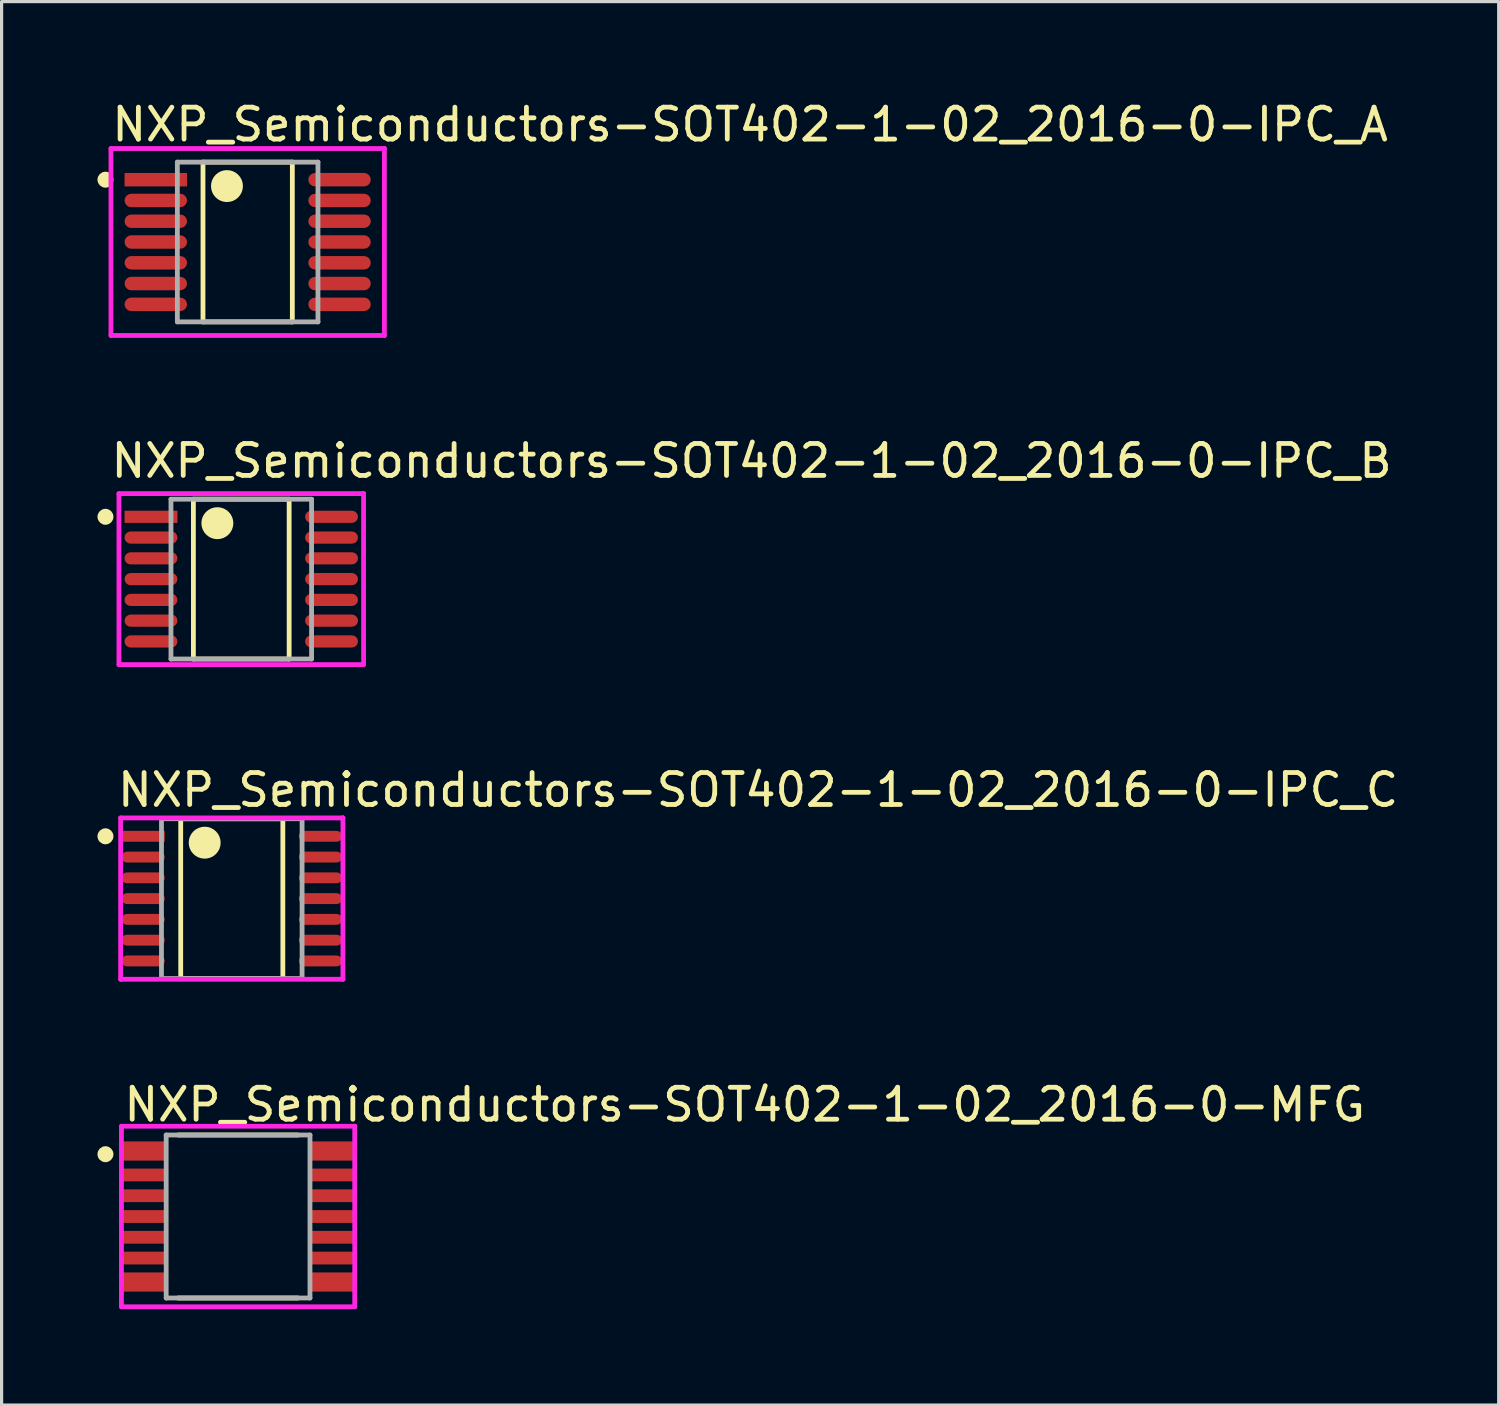
<source format=kicad_pcb>
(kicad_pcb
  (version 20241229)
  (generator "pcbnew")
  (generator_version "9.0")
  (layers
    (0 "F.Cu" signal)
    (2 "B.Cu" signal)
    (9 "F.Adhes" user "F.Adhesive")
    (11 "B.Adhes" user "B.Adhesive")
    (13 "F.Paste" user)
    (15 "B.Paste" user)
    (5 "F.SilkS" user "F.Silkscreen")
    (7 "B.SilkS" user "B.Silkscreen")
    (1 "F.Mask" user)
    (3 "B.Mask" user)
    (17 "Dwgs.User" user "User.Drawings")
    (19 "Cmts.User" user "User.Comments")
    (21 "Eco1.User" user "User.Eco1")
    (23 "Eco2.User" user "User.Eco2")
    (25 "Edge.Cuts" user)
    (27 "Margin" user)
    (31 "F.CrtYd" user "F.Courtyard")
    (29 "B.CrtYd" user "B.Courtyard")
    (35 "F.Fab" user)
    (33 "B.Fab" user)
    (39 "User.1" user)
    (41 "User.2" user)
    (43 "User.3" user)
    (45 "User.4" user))
  (footprint "NXP_Semiconductors-SOT402-1-02_2016-0-IPC_B"
    (layer "F.Cu")
    (at 4.5 15.072)
    (property "Reference" "NXP_Semiconductors-SOT402-1-02_2016-0-IPC_B" (at -4.153 -3.7 0) (layer "F.SilkS") (effects (font (size 1 1) (thickness 0.15)) (justify left)))
    (attr through_hole)
    (fp_line (start -1.498 -2.5) (end 1.498 -2.5) (stroke (width 0.15) (type solid)) (layer "F.SilkS"))
    (fp_line (start -1.498 2.5) (end -1.498 -2.5) (stroke (width 0.15) (type solid)) (layer "F.SilkS"))
    (fp_line (start 1.498 -2.5) (end 1.498 2.5) (stroke (width 0.15) (type solid)) (layer "F.SilkS"))
    (fp_line (start 1.498 2.5) (end -1.498 2.5) (stroke (width 0.15) (type solid)) (layer "F.SilkS"))
    (fp_circle (center -4.25 -1.95) (end -4.125 -1.95) (stroke (width 0.25) (type solid)) (fill no) (layer "F.SilkS"))
    (fp_circle (center -0.748 -1.75) (end -0.498 -1.75) (stroke (width 0.5) (type solid)) (fill no) (layer "F.SilkS"))
    (fp_line (start -3.828 -2.675) (end -3.828 2.675) (stroke (width 0.15) (type solid)) (layer "F.CrtYd"))
    (fp_line (start -3.828 2.675) (end 3.828 2.675) (stroke (width 0.15) (type solid)) (layer "F.CrtYd"))
    (fp_line (start 3.828 -2.675) (end -3.828 -2.675) (stroke (width 0.15) (type solid)) (layer "F.CrtYd"))
    (fp_line (start 3.828 -2.675) (end 3.828 -2.675) (stroke (width 0.15) (type solid)) (layer "F.CrtYd"))
    (fp_line (start 3.828 2.675) (end 3.828 -2.675) (stroke (width 0.15) (type solid)) (layer "F.CrtYd"))
    (fp_line (start -2.2 -2.5) (end 2.2 -2.5) (stroke (width 0.15) (type solid)) (layer "F.Fab"))
    (fp_line (start -2.2 2.5) (end -2.2 -2.5) (stroke (width 0.15) (type solid)) (layer "F.Fab"))
    (fp_line (start 2.2 -2.5) (end 2.2 2.5) (stroke (width 0.15) (type solid)) (layer "F.Fab"))
    (fp_line (start 2.2 2.5) (end -2.2 2.5) (stroke (width 0.15) (type solid)) (layer "F.Fab"))
    (pad "1" smd rect (at -2.825 -1.95) (size 1.655 0.381) (layers "F.Cu" "F.Mask" "F.Paste"))
    (pad "2" smd roundrect (at -2.825 -1.3) (size 1.655 0.381) (layers "F.Cu" "F.Mask" "F.Paste") (roundrect_rratio 0.5))
    (pad "3" smd roundrect (at -2.825 -0.65) (size 1.655 0.381) (layers "F.Cu" "F.Mask" "F.Paste") (roundrect_rratio 0.5))
    (pad "4" smd roundrect (at -2.825 0) (size 1.655 0.381) (layers "F.Cu" "F.Mask" "F.Paste") (roundrect_rratio 0.5))
    (pad "5" smd roundrect (at -2.825 0.65) (size 1.655 0.381) (layers "F.Cu" "F.Mask" "F.Paste") (roundrect_rratio 0.5))
    (pad "6" smd roundrect (at -2.825 1.3) (size 1.655 0.381) (layers "F.Cu" "F.Mask" "F.Paste") (roundrect_rratio 0.5))
    (pad "7" smd roundrect (at -2.825 1.95) (size 1.655 0.381) (layers "F.Cu" "F.Mask" "F.Paste") (roundrect_rratio 0.5))
    (pad "8" smd roundrect (at 2.825 1.95) (size 1.655 0.381) (layers "F.Cu" "F.Mask" "F.Paste") (roundrect_rratio 0.5))
    (pad "9" smd roundrect (at 2.825 1.3) (size 1.655 0.381) (layers "F.Cu" "F.Mask" "F.Paste") (roundrect_rratio 0.5))
    (pad "10" smd roundrect (at 2.825 0.65) (size 1.655 0.381) (layers "F.Cu" "F.Mask" "F.Paste") (roundrect_rratio 0.5))
    (pad "11" smd roundrect (at 2.825 0) (size 1.655 0.381) (layers "F.Cu" "F.Mask" "F.Paste") (roundrect_rratio 0.5))
    (pad "12" smd roundrect (at 2.825 -0.65) (size 1.655 0.381) (layers "F.Cu" "F.Mask" "F.Paste") (roundrect_rratio 0.5))
    (pad "13" smd roundrect (at 2.825 -1.3) (size 1.655 0.381) (layers "F.Cu" "F.Mask" "F.Paste") (roundrect_rratio 0.5))
    (pad "14" smd roundrect (at 2.825 -1.95) (size 1.655 0.381) (layers "F.Cu" "F.Mask" "F.Paste") (roundrect_rratio 0.5)))
  (footprint "NXP_Semiconductors-SOT402-1-02_2016-0-IPC_A"
    (layer "F.Cu")
    (at 4.7 4.523)
    (property "Reference" "NXP_Semiconductors-SOT402-1-02_2016-0-IPC_A" (at -4.328 -3.675 0) (layer "F.SilkS") (effects (font (size 1 1) (thickness 0.15)) (justify left)))
    (attr through_hole)
    (fp_line (start -1.398 -2.5) (end 1.398 -2.5) (stroke (width 0.15) (type solid)) (layer "F.SilkS"))
    (fp_line (start -1.398 2.5) (end -1.398 -2.5) (stroke (width 0.15) (type solid)) (layer "F.SilkS"))
    (fp_line (start 1.398 -2.5) (end 1.398 2.5) (stroke (width 0.15) (type solid)) (layer "F.SilkS"))
    (fp_line (start 1.398 2.5) (end -1.398 2.5) (stroke (width 0.15) (type solid)) (layer "F.SilkS"))
    (fp_circle (center -4.45 -1.95) (end -4.325 -1.95) (stroke (width 0.25) (type solid)) (fill no) (layer "F.SilkS"))
    (fp_circle (center -0.648 -1.75) (end -0.398 -1.75) (stroke (width 0.5) (type solid)) (fill no) (layer "F.SilkS"))
    (fp_line (start -4.278 -2.925) (end -4.278 2.925) (stroke (width 0.15) (type solid)) (layer "F.CrtYd"))
    (fp_line (start -4.278 2.925) (end 4.278 2.925) (stroke (width 0.15) (type solid)) (layer "F.CrtYd"))
    (fp_line (start 4.278 -2.925) (end -4.278 -2.925) (stroke (width 0.15) (type solid)) (layer "F.CrtYd"))
    (fp_line (start 4.278 -2.925) (end 4.278 -2.925) (stroke (width 0.15) (type solid)) (layer "F.CrtYd"))
    (fp_line (start 4.278 2.925) (end 4.278 -2.925) (stroke (width 0.15) (type solid)) (layer "F.CrtYd"))
    (fp_line (start -2.2 -2.5) (end 2.2 -2.5) (stroke (width 0.15) (type solid)) (layer "F.Fab"))
    (fp_line (start -2.2 2.5) (end -2.2 -2.5) (stroke (width 0.15) (type solid)) (layer "F.Fab"))
    (fp_line (start 2.2 -2.5) (end 2.2 2.5) (stroke (width 0.15) (type solid)) (layer "F.Fab"))
    (fp_line (start 2.2 2.5) (end -2.2 2.5) (stroke (width 0.15) (type solid)) (layer "F.Fab"))
    (pad "1" smd rect (at -2.875 -1.95) (size 1.955 0.421) (layers "F.Cu" "F.Mask" "F.Paste"))
    (pad "2" smd roundrect (at -2.875 -1.3) (size 1.955 0.421) (layers "F.Cu" "F.Mask" "F.Paste") (roundrect_rratio 0.5))
    (pad "3" smd roundrect (at -2.875 -0.65) (size 1.955 0.421) (layers "F.Cu" "F.Mask" "F.Paste") (roundrect_rratio 0.5))
    (pad "4" smd roundrect (at -2.875 0) (size 1.955 0.421) (layers "F.Cu" "F.Mask" "F.Paste") (roundrect_rratio 0.5))
    (pad "5" smd roundrect (at -2.875 0.65) (size 1.955 0.421) (layers "F.Cu" "F.Mask" "F.Paste") (roundrect_rratio 0.5))
    (pad "6" smd roundrect (at -2.875 1.3) (size 1.955 0.421) (layers "F.Cu" "F.Mask" "F.Paste") (roundrect_rratio 0.5))
    (pad "7" smd roundrect (at -2.875 1.95) (size 1.955 0.421) (layers "F.Cu" "F.Mask" "F.Paste") (roundrect_rratio 0.5))
    (pad "8" smd roundrect (at 2.875 1.95) (size 1.955 0.421) (layers "F.Cu" "F.Mask" "F.Paste") (roundrect_rratio 0.5))
    (pad "9" smd roundrect (at 2.875 1.3) (size 1.955 0.421) (layers "F.Cu" "F.Mask" "F.Paste") (roundrect_rratio 0.5))
    (pad "10" smd roundrect (at 2.875 0.65) (size 1.955 0.421) (layers "F.Cu" "F.Mask" "F.Paste") (roundrect_rratio 0.5))
    (pad "11" smd roundrect (at 2.875 0) (size 1.955 0.421) (layers "F.Cu" "F.Mask" "F.Paste") (roundrect_rratio 0.5))
    (pad "12" smd roundrect (at 2.875 -0.65) (size 1.955 0.421) (layers "F.Cu" "F.Mask" "F.Paste") (roundrect_rratio 0.5))
    (pad "13" smd roundrect (at 2.875 -1.3) (size 1.955 0.421) (layers "F.Cu" "F.Mask" "F.Paste") (roundrect_rratio 0.5))
    (pad "14" smd roundrect (at 2.875 -1.95) (size 1.955 0.421) (layers "F.Cu" "F.Mask" "F.Paste") (roundrect_rratio 0.5)))
  (footprint "NXP_Semiconductors-SOT402-1-02_2016-0-MFG"
    (layer "F.Cu")
    (at 4.4 35.018)
    (property "Reference" "NXP_Semiconductors-SOT402-1-02_2016-0-MFG" (at -3.65 -3.5 0) (layer "F.SilkS") (effects (font (size 1 1) (thickness 0.15)) (justify left)))
    (attr through_hole)
    (fp_line (start -1.875 -2.55) (end 1.875 -2.55) (stroke (width 0.15) (type solid)) (layer "F.SilkS"))
    (fp_line (start -1.875 2.55) (end 1.875 2.55) (stroke (width 0.15) (type solid)) (layer "F.SilkS"))
    (fp_circle (center -4.15 -1.95) (end -4.025 -1.95) (stroke (width 0.25) (type solid)) (fill no) (layer "F.SilkS"))
    (fp_line (start -3.65 -2.825) (end -3.65 2.825) (stroke (width 0.15) (type solid)) (layer "F.CrtYd"))
    (fp_line (start -3.65 2.825) (end 3.65 2.825) (stroke (width 0.15) (type solid)) (layer "F.CrtYd"))
    (fp_line (start 3.65 -2.825) (end -3.65 -2.825) (stroke (width 0.15) (type solid)) (layer "F.CrtYd"))
    (fp_line (start 3.65 -2.825) (end 3.65 -2.825) (stroke (width 0.15) (type solid)) (layer "F.CrtYd"))
    (fp_line (start 3.65 2.825) (end 3.65 -2.825) (stroke (width 0.15) (type solid)) (layer "F.CrtYd"))
    (fp_line (start -2.25 -2.55) (end 2.25 -2.55) (stroke (width 0.15) (type solid)) (layer "F.Fab"))
    (fp_line (start -2.25 2.55) (end -2.25 -2.55) (stroke (width 0.15) (type solid)) (layer "F.Fab"))
    (fp_line (start 2.25 -2.55) (end 2.25 2.55) (stroke (width 0.15) (type solid)) (layer "F.Fab"))
    (fp_line (start 2.25 2.55) (end -2.25 2.55) (stroke (width 0.15) (type solid)) (layer "F.Fab"))
    (pad "1" smd rect (at -2.925 -2.05) (size 1.35 0.6) (layers "F.Cu" "F.Mask" "F.Paste"))
    (pad "2" smd rect (at -2.925 -1.3) (size 1.35 0.4) (layers "F.Cu" "F.Mask" "F.Paste"))
    (pad "3" smd rect (at -2.925 -0.65) (size 1.35 0.4) (layers "F.Cu" "F.Mask" "F.Paste"))
    (pad "4" smd rect (at -2.925 0) (size 1.35 0.4) (layers "F.Cu" "F.Mask" "F.Paste"))
    (pad "5" smd rect (at -2.925 0.65) (size 1.35 0.4) (layers "F.Cu" "F.Mask" "F.Paste"))
    (pad "6" smd rect (at -2.925 1.3) (size 1.35 0.4) (layers "F.Cu" "F.Mask" "F.Paste"))
    (pad "7" smd rect (at -2.925 2.05) (size 1.35 0.6) (layers "F.Cu" "F.Mask" "F.Paste"))
    (pad "8" smd rect (at 2.925 2.05) (size 1.35 0.6) (layers "F.Cu" "F.Mask" "F.Paste"))
    (pad "9" smd rect (at 2.925 1.3) (size 1.35 0.4) (layers "F.Cu" "F.Mask" "F.Paste"))
    (pad "10" smd rect (at 2.925 0.65) (size 1.35 0.4) (layers "F.Cu" "F.Mask" "F.Paste"))
    (pad "11" smd rect (at 2.925 0) (size 1.35 0.4) (layers "F.Cu" "F.Mask" "F.Paste"))
    (pad "12" smd rect (at 2.925 -0.65) (size 1.35 0.4) (layers "F.Cu" "F.Mask" "F.Paste"))
    (pad "13" smd rect (at 2.925 -1.3) (size 1.35 0.4) (layers "F.Cu" "F.Mask" "F.Paste"))
    (pad "14" smd rect (at 2.925 -2.05) (size 1.35 0.6) (layers "F.Cu" "F.Mask" "F.Paste")))
  (footprint "NXP_Semiconductors-SOT402-1-02_2016-0-IPC_C"
    (layer "F.Cu")
    (at 4.203 25.07)
    (property "Reference" "NXP_Semiconductors-SOT402-1-02_2016-0-IPC_C" (at -3.653 -3.4 0) (layer "F.SilkS") (effects (font (size 1 1) (thickness 0.15)) (justify left)))
    (attr through_hole)
    (fp_line (start -1.598 -2.5) (end 1.598 -2.5) (stroke (width 0.15) (type solid)) (layer "F.SilkS"))
    (fp_line (start -1.598 2.5) (end -1.598 -2.5) (stroke (width 0.15) (type solid)) (layer "F.SilkS"))
    (fp_line (start 1.598 -2.5) (end 1.598 2.5) (stroke (width 0.15) (type solid)) (layer "F.SilkS"))
    (fp_line (start 1.598 2.5) (end -1.598 2.5) (stroke (width 0.15) (type solid)) (layer "F.SilkS"))
    (fp_circle (center -3.953 -1.95) (end -3.828 -1.95) (stroke (width 0.25) (type solid)) (fill no) (layer "F.SilkS"))
    (fp_circle (center -0.848 -1.75) (end -0.598 -1.75) (stroke (width 0.5) (type solid)) (fill no) (layer "F.SilkS"))
    (fp_line (start -3.478 -2.525) (end -3.478 2.525) (stroke (width 0.15) (type solid)) (layer "F.CrtYd"))
    (fp_line (start -3.478 2.525) (end 3.478 2.525) (stroke (width 0.15) (type solid)) (layer "F.CrtYd"))
    (fp_line (start 3.478 -2.525) (end -3.478 -2.525) (stroke (width 0.15) (type solid)) (layer "F.CrtYd"))
    (fp_line (start 3.478 -2.525) (end 3.478 -2.525) (stroke (width 0.15) (type solid)) (layer "F.CrtYd"))
    (fp_line (start 3.478 2.525) (end 3.478 -2.525) (stroke (width 0.15) (type solid)) (layer "F.CrtYd"))
    (fp_line (start -2.2 -2.5) (end 2.2 -2.5) (stroke (width 0.15) (type solid)) (layer "F.Fab"))
    (fp_line (start -2.2 2.5) (end -2.2 -2.5) (stroke (width 0.15) (type solid)) (layer "F.Fab"))
    (fp_line (start 2.2 -2.5) (end 2.2 2.5) (stroke (width 0.15) (type solid)) (layer "F.Fab"))
    (fp_line (start 2.2 2.5) (end -2.2 2.5) (stroke (width 0.15) (type solid)) (layer "F.Fab"))
    (pad "1" smd rect (at -2.775 -1.95) (size 1.355 0.341) (layers "F.Cu" "F.Mask" "F.Paste"))
    (pad "2" smd roundrect (at -2.775 -1.3) (size 1.355 0.341) (layers "F.Cu" "F.Mask" "F.Paste") (roundrect_rratio 0.5))
    (pad "3" smd roundrect (at -2.775 -0.65) (size 1.355 0.341) (layers "F.Cu" "F.Mask" "F.Paste") (roundrect_rratio 0.5))
    (pad "4" smd roundrect (at -2.775 0) (size 1.355 0.341) (layers "F.Cu" "F.Mask" "F.Paste") (roundrect_rratio 0.5))
    (pad "5" smd roundrect (at -2.775 0.65) (size 1.355 0.341) (layers "F.Cu" "F.Mask" "F.Paste") (roundrect_rratio 0.5))
    (pad "6" smd roundrect (at -2.775 1.3) (size 1.355 0.341) (layers "F.Cu" "F.Mask" "F.Paste") (roundrect_rratio 0.5))
    (pad "7" smd roundrect (at -2.775 1.95) (size 1.355 0.341) (layers "F.Cu" "F.Mask" "F.Paste") (roundrect_rratio 0.5))
    (pad "8" smd roundrect (at 2.775 1.95) (size 1.355 0.341) (layers "F.Cu" "F.Mask" "F.Paste") (roundrect_rratio 0.5))
    (pad "9" smd roundrect (at 2.775 1.3) (size 1.355 0.341) (layers "F.Cu" "F.Mask" "F.Paste") (roundrect_rratio 0.5))
    (pad "10" smd roundrect (at 2.775 0.65) (size 1.355 0.341) (layers "F.Cu" "F.Mask" "F.Paste") (roundrect_rratio 0.5))
    (pad "11" smd roundrect (at 2.775 0) (size 1.355 0.341) (layers "F.Cu" "F.Mask" "F.Paste") (roundrect_rratio 0.5))
    (pad "12" smd roundrect (at 2.775 -0.65) (size 1.355 0.341) (layers "F.Cu" "F.Mask" "F.Paste") (roundrect_rratio 0.5))
    (pad "13" smd roundrect (at 2.775 -1.3) (size 1.355 0.341) (layers "F.Cu" "F.Mask" "F.Paste") (roundrect_rratio 0.5))
    (pad "14" smd roundrect (at 2.775 -1.95) (size 1.355 0.341) (layers "F.Cu" "F.Mask" "F.Paste") (roundrect_rratio 0.5)))
  (gr_rect
    (start -3 -3)
    (end 43.848 40.918)
    (stroke (width 0.1) (type default))
    (fill no)
    (layer "Edge.Cuts")))
</source>
